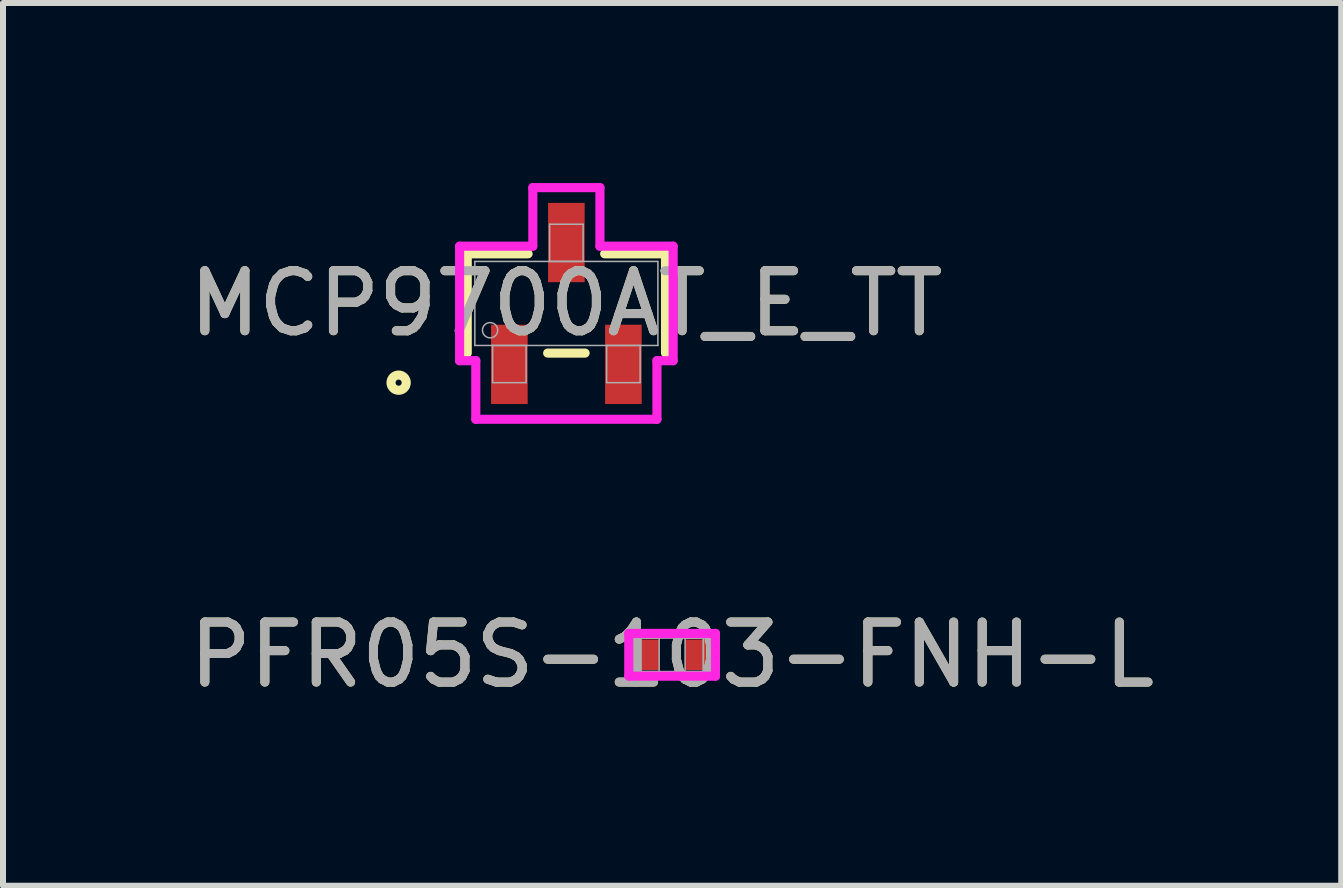
<source format=kicad_pcb>
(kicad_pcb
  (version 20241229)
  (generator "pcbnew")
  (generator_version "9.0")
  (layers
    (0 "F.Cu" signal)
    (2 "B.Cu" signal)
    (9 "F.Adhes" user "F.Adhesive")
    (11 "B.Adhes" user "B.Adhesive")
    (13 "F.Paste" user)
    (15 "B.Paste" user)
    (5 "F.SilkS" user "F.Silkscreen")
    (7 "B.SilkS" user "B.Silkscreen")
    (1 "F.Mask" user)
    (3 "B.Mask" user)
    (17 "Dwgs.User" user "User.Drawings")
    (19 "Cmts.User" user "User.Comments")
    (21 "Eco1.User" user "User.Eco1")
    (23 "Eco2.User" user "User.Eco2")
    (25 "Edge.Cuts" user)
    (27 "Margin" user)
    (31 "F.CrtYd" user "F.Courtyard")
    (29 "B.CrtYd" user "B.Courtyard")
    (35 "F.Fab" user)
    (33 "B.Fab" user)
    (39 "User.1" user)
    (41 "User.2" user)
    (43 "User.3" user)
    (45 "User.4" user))
  (footprint "MCP9700AT_E_TT"
    (layer "F.Cu")
    (at 6.387 2.006)
    (property "Reference" "MCP9700AT_E_TT" (at 0 0 0) (unlocked yes) (layer "F.SilkS") (effects (font (size 1 1) (thickness 0.15))))
    (attr smd)
    (fp_line (start -1.652 -0.827) (end -1.652 0.827) (stroke (width 0.152) (type solid)) (layer "F.SilkS"))
    (fp_line (start -0.638 -0.827) (end -1.652 -0.827) (stroke (width 0.152) (type solid)) (layer "F.SilkS"))
    (fp_line (start -0.312 0.827) (end 0.312 0.827) (stroke (width 0.152) (type solid)) (layer "F.SilkS"))
    (fp_line (start 1.652 -0.827) (end 0.638 -0.827) (stroke (width 0.152) (type solid)) (layer "F.SilkS"))
    (fp_line (start 1.652 0.827) (end 1.652 -0.827) (stroke (width 0.152) (type solid)) (layer "F.SilkS"))
    (fp_circle (center -2.795 1.32) (end -2.668 1.32) (stroke (width 0.152) (type solid)) (fill no) (layer "F.SilkS"))
    (fp_line (start -1.779 -0.954) (end -0.559 -0.954) (stroke (width 0.152) (type solid)) (layer "F.CrtYd"))
    (fp_line (start -1.779 0.954) (end -1.779 -0.954) (stroke (width 0.152) (type solid)) (layer "F.CrtYd"))
    (fp_line (start -1.779 0.954) (end -1.509 0.954) (stroke (width 0.152) (type solid)) (layer "F.CrtYd"))
    (fp_line (start -1.509 0.954) (end -1.509 1.93) (stroke (width 0.152) (type solid)) (layer "F.CrtYd"))
    (fp_line (start -1.509 1.93) (end 1.509 1.93) (stroke (width 0.152) (type solid)) (layer "F.CrtYd"))
    (fp_line (start -0.559 -1.93) (end 0.559 -1.93) (stroke (width 0.152) (type solid)) (layer "F.CrtYd"))
    (fp_line (start -0.559 -0.954) (end -0.559 -1.93) (stroke (width 0.152) (type solid)) (layer "F.CrtYd"))
    (fp_line (start 0.559 -0.954) (end 0.559 -1.93) (stroke (width 0.152) (type solid)) (layer "F.CrtYd"))
    (fp_line (start 1.509 0.954) (end 1.509 1.93) (stroke (width 0.152) (type solid)) (layer "F.CrtYd"))
    (fp_line (start 1.779 -0.954) (end 0.559 -0.954) (stroke (width 0.152) (type solid)) (layer "F.CrtYd"))
    (fp_line (start 1.779 -0.954) (end 1.779 0.954) (stroke (width 0.152) (type solid)) (layer "F.CrtYd"))
    (fp_line (start 1.779 0.954) (end 1.509 0.954) (stroke (width 0.152) (type solid)) (layer "F.CrtYd"))
    (fp_line (start -1.525 -0.7) (end -1.525 0.7) (stroke (width 0.025) (type solid)) (layer "F.Fab"))
    (fp_line (start -1.525 0.7) (end 1.525 0.7) (stroke (width 0.025) (type solid)) (layer "F.Fab"))
    (fp_line (start -1.229 0.7) (end -1.229 1.32) (stroke (width 0.025) (type solid)) (layer "F.Fab"))
    (fp_line (start -1.229 1.32) (end -0.671 1.32) (stroke (width 0.025) (type solid)) (layer "F.Fab"))
    (fp_line (start -0.671 0.7) (end -1.229 0.7) (stroke (width 0.025) (type solid)) (layer "F.Fab"))
    (fp_line (start -0.671 1.32) (end -0.671 0.7) (stroke (width 0.025) (type solid)) (layer "F.Fab"))
    (fp_line (start -0.279 -1.32) (end -0.279 -0.7) (stroke (width 0.025) (type solid)) (layer "F.Fab"))
    (fp_line (start -0.279 -0.7) (end 0.279 -0.7) (stroke (width 0.025) (type solid)) (layer "F.Fab"))
    (fp_line (start 0.279 -1.32) (end -0.279 -1.32) (stroke (width 0.025) (type solid)) (layer "F.Fab"))
    (fp_line (start 0.279 -0.7) (end 0.279 -1.32) (stroke (width 0.025) (type solid)) (layer "F.Fab"))
    (fp_line (start 0.671 0.7) (end 0.671 1.32) (stroke (width 0.025) (type solid)) (layer "F.Fab"))
    (fp_line (start 0.671 1.32) (end 1.229 1.32) (stroke (width 0.025) (type solid)) (layer "F.Fab"))
    (fp_line (start 1.229 0.7) (end 0.671 0.7) (stroke (width 0.025) (type solid)) (layer "F.Fab"))
    (fp_line (start 1.229 1.32) (end 1.229 0.7) (stroke (width 0.025) (type solid)) (layer "F.Fab"))
    (fp_line (start 1.525 -0.7) (end -1.525 -0.7) (stroke (width 0.025) (type solid)) (layer "F.Fab"))
    (fp_line (start 1.525 0.7) (end 1.525 -0.7) (stroke (width 0.025) (type solid)) (layer "F.Fab"))
    (fp_circle (center -1.271 0.446) (end -1.144 0.446) (stroke (width 0.025) (type solid)) (fill no) (layer "F.Fab"))
    (fp_text user "${REFERENCE}" (at 0 0 0) (unlocked yes) (layer "F.Fab") (effects (font (size 1 1) (thickness 0.15))))
    (pad "1" smd rect (at -0.95 1.015) (size 0.61 1.321) (layers "F.Cu" "F.Mask" "F.Paste"))
    (pad "2" smd rect (at 0.95 1.015) (size 0.61 1.321) (layers "F.Cu" "F.Mask" "F.Paste"))
    (pad "3" smd rect (at 0 -1.015) (size 0.61 1.321) (layers "F.Cu" "F.Mask" "F.Paste")))
  (footprint "PFR05S-103-FNH-L"
    (layer "F.Cu")
    (at 8.149 7.86)
    (property "Reference" "PFR05S-103-FNH-L" (at 0 0 0) (unlocked yes) (layer "F.SilkS") (effects (font (size 1 1) (thickness 0.15))))
    (attr smd)
    (fp_line (start -0.722 -0.356) (end 0.722 -0.356) (stroke (width 0.152) (type solid)) (layer "F.CrtYd"))
    (fp_line (start -0.722 0.356) (end -0.722 -0.356) (stroke (width 0.152) (type solid)) (layer "F.CrtYd"))
    (fp_line (start 0.722 -0.356) (end 0.722 0.356) (stroke (width 0.152) (type solid)) (layer "F.CrtYd"))
    (fp_line (start 0.722 0.356) (end -0.722 0.356) (stroke (width 0.152) (type solid)) (layer "F.CrtYd"))
    (fp_line (start -0.521 -0.279) (end -0.521 0.279) (stroke (width 0.025) (type solid)) (layer "F.Fab"))
    (fp_line (start -0.521 -0.279) (end -0.521 0.279) (stroke (width 0.025) (type solid)) (layer "F.Fab"))
    (fp_line (start -0.521 0.279) (end -0.216 0.279) (stroke (width 0.025) (type solid)) (layer "F.Fab"))
    (fp_line (start -0.521 0.279) (end 0.521 0.279) (stroke (width 0.025) (type solid)) (layer "F.Fab"))
    (fp_line (start -0.216 -0.279) (end -0.521 -0.279) (stroke (width 0.025) (type solid)) (layer "F.Fab"))
    (fp_line (start -0.216 0.279) (end -0.216 -0.279) (stroke (width 0.025) (type solid)) (layer "F.Fab"))
    (fp_line (start 0.216 -0.279) (end 0.216 0.279) (stroke (width 0.025) (type solid)) (layer "F.Fab"))
    (fp_line (start 0.216 0.279) (end 0.521 0.279) (stroke (width 0.025) (type solid)) (layer "F.Fab"))
    (fp_line (start 0.521 -0.279) (end -0.521 -0.279) (stroke (width 0.025) (type solid)) (layer "F.Fab"))
    (fp_line (start 0.521 -0.279) (end 0.216 -0.279) (stroke (width 0.025) (type solid)) (layer "F.Fab"))
    (fp_line (start 0.521 0.279) (end 0.521 -0.279) (stroke (width 0.025) (type solid)) (layer "F.Fab"))
    (fp_line (start 0.521 0.279) (end 0.521 -0.279) (stroke (width 0.025) (type solid)) (layer "F.Fab"))
    (fp_text user "${REFERENCE}" (at 0 0 0) (unlocked yes) (layer "F.Fab") (effects (font (size 1 1) (thickness 0.15))))
    (pad "1" smd rect (at -0.418 0) (size 0.405 0.509) (layers "F.Cu" "F.Mask" "F.Paste"))
    (pad "2" smd rect (at 0.418 0) (size 0.405 0.509) (layers "F.Cu" "F.Mask" "F.Paste"))
    (zone (net_name "") (layer "F.Cu") (hatch full 0.508) (connect_pads) (min_thickness 0.254) (filled_areas_thickness no) (keepout (tracks not_allowed) (vias not_allowed) (pads allowed) (copperpour not_allowed) (footprints allowed)) (placement (enabled no)) (fill) (polygon (pts (xy 7.984 7.631) (xy 8.314 7.631) (xy 8.314 8.088) (xy 7.984 8.088)))))
  (gr_rect
    (start -3 -3)
    (end 19.298 11.708)
    (stroke (width 0.1) (type default))
    (fill no)
    (layer "Edge.Cuts")))
</source>
